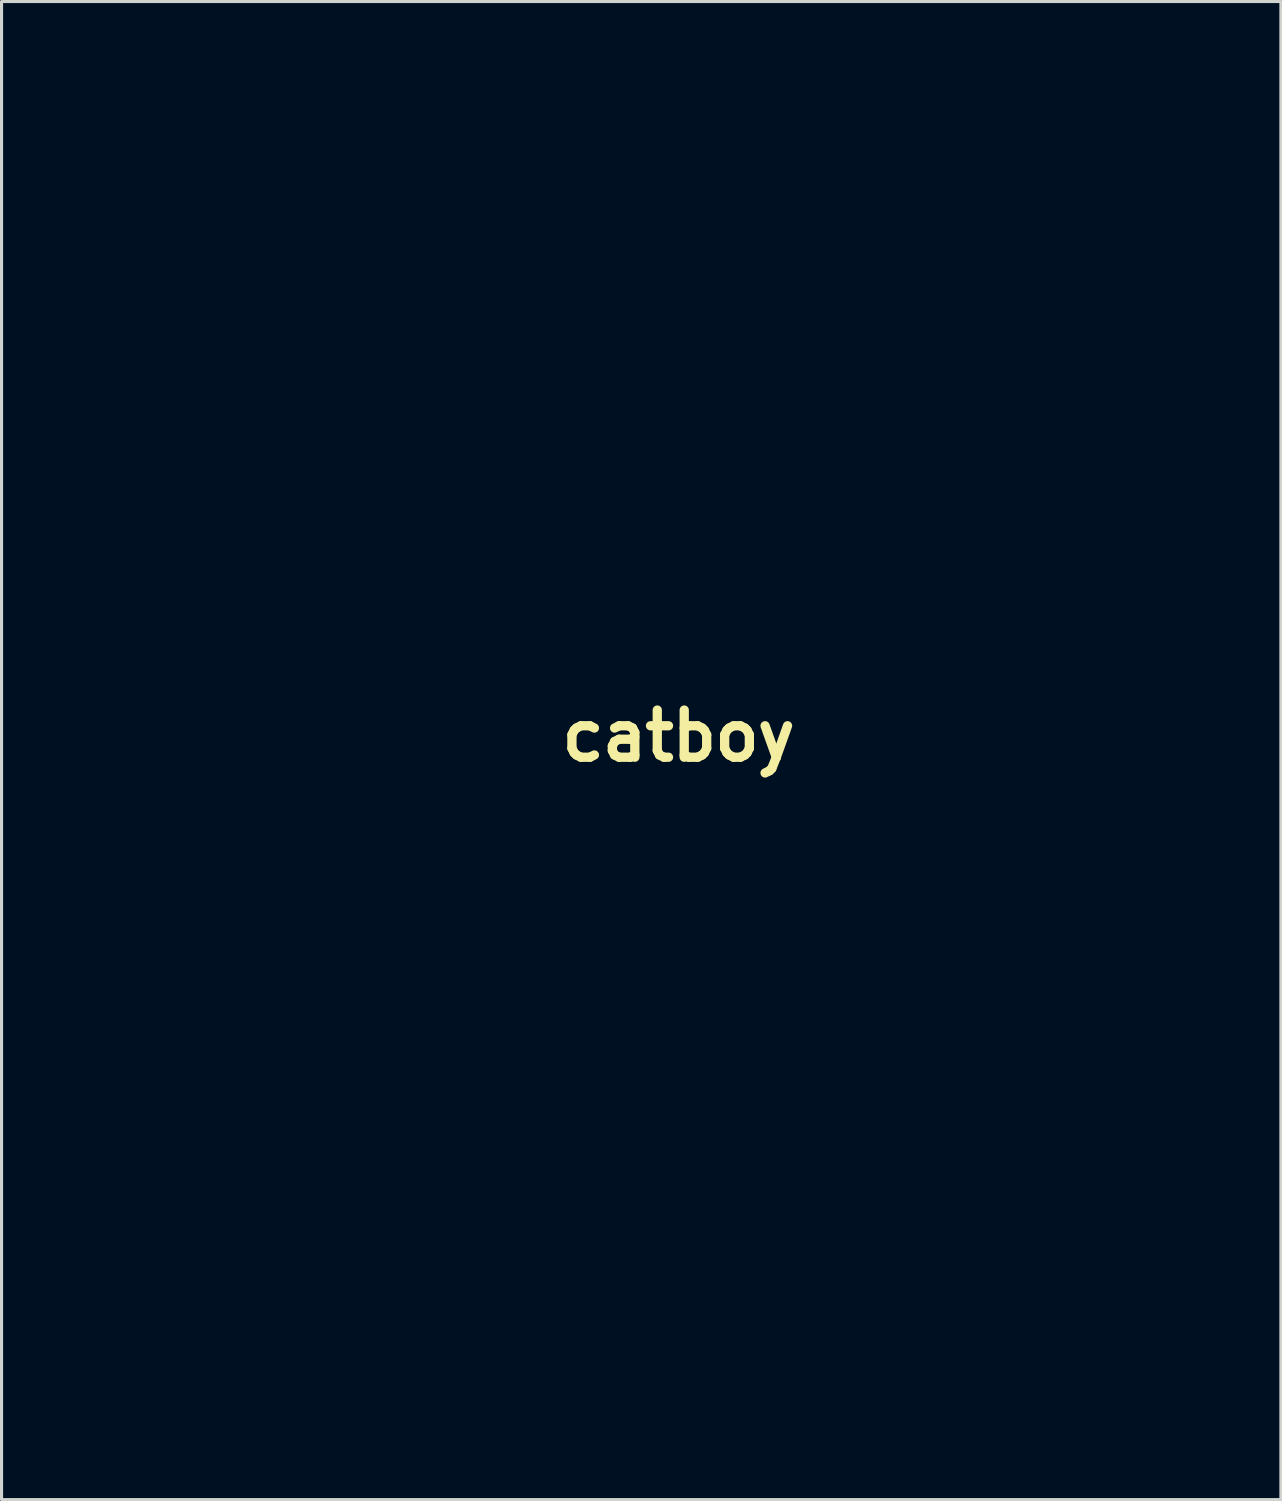
<source format=kicad_pcb>
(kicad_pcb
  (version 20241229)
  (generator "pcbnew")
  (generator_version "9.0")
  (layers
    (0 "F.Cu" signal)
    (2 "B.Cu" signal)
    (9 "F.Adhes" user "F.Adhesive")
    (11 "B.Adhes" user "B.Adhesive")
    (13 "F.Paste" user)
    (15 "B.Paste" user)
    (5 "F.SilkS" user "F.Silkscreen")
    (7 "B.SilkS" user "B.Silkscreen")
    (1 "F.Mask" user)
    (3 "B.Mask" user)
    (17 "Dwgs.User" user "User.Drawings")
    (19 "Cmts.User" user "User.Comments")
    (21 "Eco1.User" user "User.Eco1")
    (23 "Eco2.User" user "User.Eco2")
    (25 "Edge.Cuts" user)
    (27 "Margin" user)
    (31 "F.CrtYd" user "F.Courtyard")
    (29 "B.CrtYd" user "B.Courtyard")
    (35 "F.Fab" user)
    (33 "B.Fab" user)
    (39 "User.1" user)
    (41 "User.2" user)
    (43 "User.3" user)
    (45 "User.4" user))
  (footprint "catboy"
    (layer "F.Cu")
    (at 18.879 20.73)
    (property "Reference" "catboy" (at 0 0 0) (layer "F.SilkS") (effects (font (size 1.524 1.524) (thickness 0.3))))
    (attr through_hole)
    (fp_poly (pts (xy -11.853 -11.303) (xy -11.896 -11.261) (xy -11.938 -11.303) (xy -11.896 -11.345) (xy -11.853 -11.303)) (stroke (width 0.01) (type solid)) (fill yes) (layer "F.Mask"))
    (fp_poly (pts (xy 14.986 -8.34) (xy 14.944 -8.297) (xy 14.901 -8.34) (xy 14.944 -8.382) (xy 14.986 -8.34)) (stroke (width 0.01) (type solid)) (fill yes) (layer "F.Mask"))
    (fp_poly (pts (xy -1.175 19.628) (xy -1.036 19.78) (xy -0.849 20.019) (xy -0.637 20.314) (xy -0.419 20.638) (xy -0.217 20.961) (xy -0.1 21.164) (xy 0.181 21.675) (xy -0.063 21.675) (xy -0.167 21.665) (xy -0.257 21.619) (xy -0.351 21.514) (xy -0.466 21.325) (xy -0.62 21.028) (xy -0.802 20.657) (xy -0.98 20.279) (xy -1.122 19.957) (xy -1.216 19.721) (xy -1.249 19.599) (xy -1.246 19.591) (xy -1.175 19.628)) (stroke (width 0.01) (type solid)) (fill yes) (layer "F.Mask"))
    (fp_poly (pts (xy 4.162 -14.954) (xy 4.501 -14.873) (xy 4.938 -14.716) (xy 5.429 -14.501) (xy 5.935 -14.249) (xy 6.413 -13.981) (xy 6.821 -13.715) (xy 6.993 -13.584) (xy 7.158 -13.439) (xy 7.184 -13.389) (xy 7.076 -13.433) (xy 6.858 -13.559) (xy 6.248 -13.917) (xy 5.649 -14.243) (xy 5.099 -14.517) (xy 4.632 -14.722) (xy 4.445 -14.792) (xy 4.169 -14.891) (xy 4.054 -14.947) (xy 4.096 -14.96) (xy 4.162 -14.954)) (stroke (width 0.01) (type solid)) (fill yes) (layer "F.Mask"))
    (fp_poly (pts (xy -13.893 6.323) (xy -13.792 6.663) (xy -13.684 6.973) (xy -13.595 7.186) (xy -13.594 7.187) (xy -13.459 7.372) (xy -13.246 7.586) (xy -13.001 7.794) (xy -12.767 7.958) (xy -12.59 8.04) (xy -12.561 8.043) (xy -12.456 8.093) (xy -12.446 8.128) (xy -12.47 8.197) (xy -12.563 8.196) (xy -12.753 8.121) (xy -12.931 8.035) (xy -13.348 7.769) (xy -13.654 7.425) (xy -13.863 6.979) (xy -13.989 6.41) (xy -14.015 6.181) (xy -14.06 5.715) (xy -13.893 6.323)) (stroke (width 0.01) (type solid)) (fill yes) (layer "F.Mask"))
    (fp_poly (pts (xy 12.966 19.113) (xy 13.069 19.289) (xy 13.209 19.563) (xy 13.37 19.905) (xy 13.541 20.285) (xy 13.706 20.674) (xy 13.854 21.043) (xy 13.969 21.361) (xy 14.009 21.484) (xy 14.026 21.625) (xy 13.93 21.672) (xy 13.852 21.675) (xy 13.705 21.646) (xy 13.612 21.532) (xy 13.545 21.332) (xy 13.483 21.11) (xy 13.385 20.776) (xy 13.267 20.378) (xy 13.166 20.043) (xy 13.056 19.67) (xy 12.971 19.36) (xy 12.92 19.147) (xy 12.911 19.065) (xy 12.966 19.113)) (stroke (width 0.01) (type solid)) (fill yes) (layer "F.Mask"))
    (fp_poly (pts (xy -13.746 8.026) (xy -13.515 8.114) (xy -13.188 8.27) (xy -12.785 8.474) (xy -12.402 8.672) (xy -12.171 8.802) (xy -12.09 8.862) (xy -12.158 8.853) (xy -12.37 8.773) (xy -12.726 8.623) (xy -12.994 8.505) (xy -13.344 8.352) (xy -13.637 8.228) (xy -13.84 8.15) (xy -13.914 8.128) (xy -14.008 8.186) (xy -14.172 8.336) (xy -14.318 8.488) (xy -14.492 8.663) (xy -14.612 8.753) (xy -14.647 8.745) (xy -14.593 8.632) (xy -14.452 8.447) (xy -14.315 8.293) (xy -14.167 8.141) (xy -14.042 8.044) (xy -13.912 8.004) (xy -13.746 8.026)) (stroke (width 0.01) (type solid)) (fill yes) (layer "F.Mask"))
    (fp_poly (pts (xy 4.837 -6.918) (xy 5.572 -6.763) (xy 6.075 -6.6) (xy 6.792 -6.296) (xy 7.487 -5.924) (xy 8.132 -5.505) (xy 8.695 -5.06) (xy 9.146 -4.61) (xy 9.407 -4.262) (xy 9.53 -4.036) (xy 9.544 -3.933) (xy 9.447 -3.951) (xy 9.238 -4.092) (xy 8.949 -4.326) (xy 8.184 -4.877) (xy 7.287 -5.359) (xy 6.293 -5.753) (xy 5.465 -5.991) (xy 4.756 -6.112) (xy 4.164 -6.115) (xy 3.685 -6) (xy 3.318 -5.768) (xy 3.255 -5.704) (xy 3.005 -5.495) (xy 2.78 -5.426) (xy 2.601 -5.502) (xy 2.543 -5.582) (xy 2.462 -5.851) (xy 2.524 -6.115) (xy 2.713 -6.384) (xy 3.092 -6.689) (xy 3.582 -6.881) (xy 4.168 -6.958) (xy 4.837 -6.918)) (stroke (width 0.01) (type solid)) (fill yes) (layer "F.Mask"))
    (fp_poly (pts (xy 9.928 0.81) (xy 10.071 1.005) (xy 10.12 1.333) (xy 10.031 1.704) (xy 9.82 2.092) (xy 9.507 2.472) (xy 9.107 2.82) (xy 8.638 3.112) (xy 8.564 3.148) (xy 8.231 3.294) (xy 7.935 3.381) (xy 7.603 3.427) (xy 7.281 3.444) (xy 6.816 3.442) (xy 6.426 3.404) (xy 6.223 3.357) (xy 5.755 3.173) (xy 5.317 2.946) (xy 4.968 2.71) (xy 4.889 2.642) (xy 4.703 2.444) (xy 4.657 2.328) (xy 4.754 2.293) (xy 4.998 2.335) (xy 5.271 2.414) (xy 5.598 2.512) (xy 5.842 2.56) (xy 6.075 2.562) (xy 6.371 2.523) (xy 6.529 2.496) (xy 7.192 2.362) (xy 7.718 2.206) (xy 8.14 2.013) (xy 8.491 1.765) (xy 8.803 1.446) (xy 8.974 1.229) (xy 9.167 0.983) (xy 9.337 0.796) (xy 9.446 0.706) (xy 9.447 0.705) (xy 9.696 0.691) (xy 9.928 0.81)) (stroke (width 0.01) (type solid)) (fill yes) (layer "F.Mask"))
    (fp_poly (pts (xy -15.87 -1.166) (xy -15.752 -1.019) (xy -15.646 -0.752) (xy -15.54 -0.35) (xy -15.425 0.203) (xy -15.403 0.312) (xy -15.305 0.812) (xy -15.207 1.308) (xy -15.117 1.751) (xy -15.047 2.092) (xy -15.033 2.159) (xy -14.952 2.568) (xy -14.871 3.033) (xy -14.816 3.387) (xy -14.752 3.781) (xy -14.674 4.186) (xy -14.606 4.487) (xy -14.542 4.776) (xy -14.468 5.17) (xy -14.394 5.606) (xy -14.357 5.847) (xy -14.292 6.277) (xy -14.224 6.701) (xy -14.165 7.054) (xy -14.138 7.201) (xy -14.1 7.635) (xy -14.174 7.954) (xy -14.364 8.174) (xy -14.396 8.195) (xy -14.523 8.247) (xy -14.563 8.224) (xy -14.505 8.113) (xy -14.436 8.043) (xy -14.368 7.958) (xy -14.329 7.824) (xy -14.319 7.619) (xy -14.338 7.322) (xy -14.389 6.912) (xy -14.471 6.366) (xy -14.519 6.07) (xy -14.611 5.505) (xy -14.711 4.888) (xy -14.807 4.289) (xy -14.888 3.778) (xy -14.897 3.725) (xy -15.032 2.9) (xy -15.17 2.109) (xy -15.308 1.367) (xy -15.442 0.692) (xy -15.568 0.101) (xy -15.683 -0.391) (xy -15.784 -0.766) (xy -15.867 -1.008) (xy -15.928 -1.1) (xy -15.931 -1.101) (xy -16.055 -1.065) (xy -16.249 -0.977) (xy -16.268 -0.967) (xy -16.468 -0.883) (xy -16.561 -0.877) (xy -16.528 -0.942) (xy -16.407 -1.032) (xy -16.186 -1.157) (xy -16.011 -1.207) (xy -15.87 -1.166)) (stroke (width 0.01) (type solid)) (fill yes) (layer "F.Mask"))
    (fp_poly (pts (xy 3.867 3.354) (xy 4.035 3.522) (xy 4.122 3.676) (xy 4.127 3.803) (xy 4.049 3.982) (xy 4.019 4.037) (xy 3.828 4.307) (xy 3.538 4.617) (xy 3.198 4.925) (xy 2.857 5.185) (xy 2.582 5.346) (xy 2.37 5.429) (xy 2.16 5.473) (xy 1.916 5.477) (xy 1.598 5.441) (xy 1.168 5.364) (xy 0.974 5.325) (xy 0.472 5.223) (xy 0.113 5.145) (xy -0.129 5.086) (xy -0.279 5.036) (xy -0.359 4.988) (xy -0.396 4.933) (xy -0.41 4.878) (xy -0.388 4.633) (xy -0.352 4.581) (xy 0.122 4.581) (xy 0.16 4.666) (xy 0.336 4.728) (xy 0.654 4.777) (xy 1.023 4.84) (xy 1.405 4.935) (xy 1.566 4.986) (xy 1.979 5.089) (xy 2.329 5.068) (xy 2.576 4.973) (xy 2.719 4.874) (xy 2.925 4.703) (xy 3.164 4.488) (xy 3.405 4.259) (xy 3.617 4.045) (xy 3.769 3.876) (xy 3.831 3.781) (xy 3.829 3.773) (xy 3.688 3.73) (xy 3.415 3.727) (xy 3.042 3.759) (xy 2.599 3.819) (xy 2.119 3.901) (xy 1.631 3.999) (xy 1.167 4.108) (xy 0.76 4.221) (xy 0.439 4.333) (xy 0.235 4.438) (xy 0.206 4.462) (xy 0.122 4.581) (xy -0.352 4.581) (xy -0.224 4.402) (xy 0.09 4.18) (xy 0.56 3.963) (xy 1.193 3.747) (xy 1.27 3.724) (xy 1.7 3.611) (xy 2.193 3.503) (xy 2.695 3.41) (xy 3.155 3.341) (xy 3.522 3.305) (xy 3.618 3.302) (xy 3.867 3.354)) (stroke (width 0.01) (type solid)) (fill yes) (layer "F.Mask"))
    (fp_poly (pts (xy 7.369 6.162) (xy 7.523 6.372) (xy 7.631 6.739) (xy 7.664 6.954) (xy 7.685 7.301) (xy 7.64 7.581) (xy 7.558 7.8) (xy 7.275 8.242) (xy 6.862 8.623) (xy 6.352 8.929) (xy 5.777 9.15) (xy 5.169 9.272) (xy 4.56 9.285) (xy 3.982 9.176) (xy 3.925 9.157) (xy 3.489 9.007) (xy 3.358 9.229) (xy 3.102 9.559) (xy 2.74 9.896) (xy 2.329 10.192) (xy 1.925 10.404) (xy 1.901 10.413) (xy 1.444 10.542) (xy 0.901 10.623) (xy 0.33 10.654) (xy -0.215 10.634) (xy -0.677 10.559) (xy -0.819 10.517) (xy -1.261 10.312) (xy -1.629 10.054) (xy -1.907 9.765) (xy -2.079 9.465) (xy -2.129 9.178) (xy -2.043 8.925) (xy -1.984 8.854) (xy -1.813 8.773) (xy -1.64 8.844) (xy -1.492 9.051) (xy -1.446 9.167) (xy -1.286 9.423) (xy -1.001 9.671) (xy -0.633 9.881) (xy -0.297 10.002) (xy -0.044 10.042) (xy 0.306 10.063) (xy 0.682 10.06) (xy 0.72 10.058) (xy 1.412 9.963) (xy 2.005 9.744) (xy 2.533 9.389) (xy 2.855 9.078) (xy 3.298 8.597) (xy 3.564 8.754) (xy 3.998 8.92) (xy 4.508 8.969) (xy 5.054 8.913) (xy 5.6 8.76) (xy 6.107 8.522) (xy 6.537 8.209) (xy 6.821 7.881) (xy 6.92 7.72) (xy 6.985 7.568) (xy 7.021 7.389) (xy 7.031 7.145) (xy 7.02 6.798) (xy 7.002 6.435) (xy 7.009 6.229) (xy 7.079 6.136) (xy 7.17 6.112) (xy 7.369 6.162)) (stroke (width 0.01) (type solid)) (fill yes) (layer "F.Mask"))
    (fp_poly (pts (xy 11.289 -20.705) (xy 11.536 -20.611) (xy 11.882 -20.456) (xy 12.304 -20.25) (xy 12.777 -20.007) (xy 13.28 -19.739) (xy 13.787 -19.457) (xy 14.277 -19.174) (xy 14.725 -18.902) (xy 14.935 -18.768) (xy 15.858 -18.168) (xy 15.801 -16.429) (xy 15.762 -15.44) (xy 15.712 -14.607) (xy 15.65 -13.918) (xy 15.574 -13.359) (xy 15.481 -12.92) (xy 15.37 -12.586) (xy 15.238 -12.344) (xy 15.095 -12.193) (xy 14.784 -12.044) (xy 14.445 -12.061) (xy 14.17 -12.185) (xy 13.955 -12.381) (xy 13.745 -12.683) (xy 13.681 -12.804) (xy 13.481 -13.325) (xy 13.398 -13.808) (xy 13.431 -14.233) (xy 13.577 -14.576) (xy 13.833 -14.817) (xy 13.931 -14.866) (xy 14.214 -14.946) (xy 14.461 -14.912) (xy 14.727 -14.75) (xy 14.809 -14.683) (xy 15.055 -14.476) (xy 15.108 -15.303) (xy 15.134 -15.707) (xy 15.158 -16.091) (xy 15.175 -16.394) (xy 15.18 -16.488) (xy 15.198 -16.847) (xy 13.336 -18.115) (xy 12.84 -18.449) (xy 12.39 -18.746) (xy 12.004 -18.993) (xy 11.702 -19.18) (xy 11.501 -19.293) (xy 11.422 -19.322) (xy 11.391 -19.221) (xy 11.34 -18.984) (xy 11.277 -18.643) (xy 11.207 -18.231) (xy 11.182 -18.076) (xy 11.04 -17.224) (xy 10.905 -16.527) (xy 10.773 -15.971) (xy 10.637 -15.542) (xy 10.492 -15.227) (xy 10.332 -15.011) (xy 10.151 -14.881) (xy 9.944 -14.823) (xy 9.831 -14.817) (xy 9.515 -14.865) (xy 9.252 -15.024) (xy 9.01 -15.32) (xy 8.924 -15.458) (xy 8.711 -15.916) (xy 8.608 -16.354) (xy 8.611 -16.747) (xy 8.714 -17.074) (xy 8.912 -17.309) (xy 9.201 -17.43) (xy 9.338 -17.441) (xy 9.682 -17.379) (xy 9.993 -17.178) (xy 10.17 -16.995) (xy 10.391 -16.735) (xy 10.45 -17.321) (xy 10.487 -17.611) (xy 10.549 -18.022) (xy 10.63 -18.509) (xy 10.721 -19.027) (xy 10.769 -19.29) (xy 10.878 -19.846) (xy 10.969 -20.251) (xy 11.046 -20.521) (xy 11.113 -20.675) (xy 11.165 -20.725) (xy 11.289 -20.705)) (stroke (width 0.01) (type solid)) (fill yes) (layer "F.Mask"))
    (fp_poly (pts (xy -16.205 -19) (xy -15.775 -18.836) (xy -15.372 -18.551) (xy -15.198 -18.373) (xy -14.852 -18.045) (xy -14.484 -17.813) (xy -14.134 -17.702) (xy -14.042 -17.695) (xy -13.827 -17.717) (xy -13.644 -17.804) (xy -13.434 -17.986) (xy -13.366 -18.055) (xy -13.151 -18.287) (xy -12.969 -18.501) (xy -12.891 -18.605) (xy -12.775 -18.747) (xy -12.697 -18.796) (xy -12.615 -18.719) (xy -12.576 -18.51) (xy -12.579 -18.202) (xy -12.627 -17.827) (xy -12.651 -17.699) (xy -12.838 -17.064) (xy -13.121 -16.534) (xy -13.526 -16.062) (xy -13.527 -16.06) (xy -13.725 -15.882) (xy -13.895 -15.783) (xy -14.103 -15.739) (xy -14.402 -15.723) (xy -14.684 -15.724) (xy -14.911 -15.755) (xy -15.141 -15.833) (xy -15.432 -15.974) (xy -15.606 -16.067) (xy -15.914 -16.227) (xy -16.17 -16.35) (xy -16.336 -16.416) (xy -16.368 -16.422) (xy -16.496 -16.369) (xy -16.674 -16.245) (xy -16.69 -16.232) (xy -16.913 -16.044) (xy -16.499 -14.605) (xy -16.357 -14.103) (xy -16.227 -13.625) (xy -16.118 -13.209) (xy -16.041 -12.891) (xy -16.009 -12.742) (xy -15.944 -12.397) (xy -15.865 -12.012) (xy -15.831 -11.853) (xy -15.777 -11.562) (xy -15.779 -11.349) (xy -15.843 -11.131) (xy -15.902 -10.991) (xy -16.049 -10.727) (xy -16.222 -10.512) (xy -16.298 -10.449) (xy -16.581 -10.335) (xy -16.953 -10.279) (xy -17.342 -10.287) (xy -17.598 -10.337) (xy -17.875 -10.48) (xy -18.18 -10.728) (xy -18.467 -11.032) (xy -18.689 -11.344) (xy -18.788 -11.567) (xy -18.874 -12.119) (xy -18.821 -12.62) (xy -18.635 -13.05) (xy -18.324 -13.387) (xy -18.114 -13.519) (xy -17.702 -13.672) (xy -17.316 -13.708) (xy -17.01 -13.627) (xy -16.896 -13.581) (xy -16.872 -13.643) (xy -16.896 -13.775) (xy -16.933 -13.93) (xy -17.005 -14.218) (xy -17.104 -14.606) (xy -17.221 -15.063) (xy -17.347 -15.558) (xy -17.476 -16.058) (xy -17.599 -16.532) (xy -17.708 -16.949) (xy -17.794 -17.276) (xy -17.85 -17.483) (xy -17.853 -17.494) (xy -17.86 -17.804) (xy -17.743 -18.151) (xy -17.526 -18.491) (xy -17.236 -18.781) (xy -17.012 -18.926) (xy -16.629 -19.034) (xy -16.205 -19)) (stroke (width 0.01) (type solid)) (fill yes) (layer "F.Mask"))
    (fp_poly (pts (xy 2.98 -15.926) (xy 3.955 -15.845) (xy 4.403 -15.785) (xy 5.08 -15.665) (xy 5.629 -15.527) (xy 6.094 -15.352) (xy 6.517 -15.12) (xy 6.939 -14.811) (xy 7.403 -14.406) (xy 7.429 -14.383) (xy 7.932 -13.917) (xy 8.329 -13.55) (xy 8.64 -13.268) (xy 8.885 -13.058) (xy 9.083 -12.906) (xy 9.255 -12.799) (xy 9.421 -12.723) (xy 9.6 -12.664) (xy 9.813 -12.608) (xy 10.079 -12.543) (xy 10.155 -12.524) (xy 10.674 -12.388) (xy 11.056 -12.28) (xy 11.327 -12.189) (xy 11.514 -12.105) (xy 11.644 -12.017) (xy 11.726 -11.938) (xy 11.785 -11.863) (xy 11.777 -11.821) (xy 11.675 -11.804) (xy 11.453 -11.809) (xy 11.161 -11.825) (xy 10.768 -11.854) (xy 10.384 -11.891) (xy 10.082 -11.929) (xy 10.052 -11.934) (xy 9.764 -11.962) (xy 9.617 -11.931) (xy 9.618 -11.845) (xy 9.689 -11.773) (xy 9.797 -11.655) (xy 9.97 -11.437) (xy 10.18 -11.155) (xy 10.401 -10.85) (xy 10.605 -10.557) (xy 10.765 -10.316) (xy 10.852 -10.165) (xy 10.857 -10.153) (xy 10.958 -10.071) (xy 11.207 -9.949) (xy 11.591 -9.794) (xy 12.094 -9.612) (xy 12.205 -9.573) (xy 12.703 -9.397) (xy 13.197 -9.211) (xy 13.641 -9.034) (xy 13.989 -8.883) (xy 14.097 -8.832) (xy 14.435 -8.656) (xy 14.673 -8.517) (xy 14.797 -8.426) (xy 14.796 -8.392) (xy 14.681 -8.416) (xy 14.515 -8.458) (xy 14.237 -8.518) (xy 13.903 -8.585) (xy 13.842 -8.597) (xy 13.429 -8.66) (xy 13.123 -8.677) (xy 12.942 -8.646) (xy 12.903 -8.569) (xy 12.912 -8.551) (xy 12.859 -8.541) (xy 12.68 -8.576) (xy 12.409 -8.649) (xy 12.302 -8.681) (xy 11.994 -8.77) (xy 11.753 -8.828) (xy 11.621 -8.846) (xy 11.608 -8.842) (xy 11.638 -8.764) (xy 11.757 -8.607) (xy 11.865 -8.486) (xy 12.106 -8.216) (xy 12.357 -7.914) (xy 12.438 -7.811) (xy 12.725 -7.52) (xy 13.143 -7.236) (xy 13.386 -7.102) (xy 13.989 -6.728) (xy 14.463 -6.285) (xy 14.847 -5.735) (xy 14.987 -5.469) (xy 15.098 -5.216) (xy 15.187 -4.943) (xy 15.263 -4.611) (xy 15.336 -4.181) (xy 15.404 -3.683) (xy 15.54 -2.599) (xy 15.646 -1.649) (xy 15.725 -0.801) (xy 15.779 -0.024) (xy 15.811 0.716) (xy 15.822 1.449) (xy 15.817 2.117) (xy 15.788 3.852) (xy 15.308 4.614) (xy 15.096 4.954) (xy 14.962 5.19) (xy 14.891 5.361) (xy 14.871 5.508) (xy 14.888 5.669) (xy 14.913 5.8) (xy 14.95 6.135) (xy 14.958 6.587) (xy 14.94 7.108) (xy 14.898 7.646) (xy 14.835 8.154) (xy 14.777 8.475) (xy 14.702 8.781) (xy 14.601 9.128) (xy 14.485 9.485) (xy 14.365 9.822) (xy 14.252 10.108) (xy 14.158 10.314) (xy 14.094 10.408) (xy 14.073 10.393) (xy 13.985 10.28) (xy 13.768 10.245) (xy 13.766 10.245) (xy 13.563 10.219) (xy 13.242 10.149) (xy 12.846 10.048) (xy 12.417 9.928) (xy 11.997 9.8) (xy 11.628 9.676) (xy 11.352 9.569) (xy 11.281 9.535) (xy 11.014 9.397) (xy 10.634 9.804) (xy 10.403 10.057) (xy 10.192 10.297) (xy 10.074 10.439) (xy 9.927 10.594) (xy 9.809 10.667) (xy 9.8 10.668) (xy 9.703 10.723) (xy 9.516 10.872) (xy 9.271 11.088) (xy 9.108 11.241) (xy 8.806 11.526) (xy 8.51 11.8) (xy 8.267 12.019) (xy 8.191 12.085) (xy 8.051 12.211) (xy 7.956 12.328) (xy 7.901 12.47) (xy 7.881 12.665) (xy 7.894 12.947) (xy 7.933 13.346) (xy 7.97 13.674) (xy 8.068 14.52) (xy 8.712 13.883) (xy 9.125 13.506) (xy 9.52 13.203) (xy 9.829 13.019) (xy 10.347 12.805) (xy 10.912 12.628) (xy 11.464 12.504) (xy 11.942 12.447) (xy 12.021 12.446) (xy 12.265 12.457) (xy 12.574 12.489) (xy 12.912 12.534) (xy 13.247 12.587) (xy 13.545 12.643) (xy 13.771 12.695) (xy 13.891 12.738) (xy 13.885 12.763) (xy 13.722 12.822) (xy 13.502 12.915) (xy 13.492 12.919) (xy 13.262 13.003) (xy 13.073 13.04) (xy 13.068 13.04) (xy 13.055 13.073) (xy 13.169 13.16) (xy 13.387 13.282) (xy 13.388 13.282) (xy 14.112 13.7) (xy 14.688 14.147) (xy 14.939 14.399) (xy 15.172 14.711) (xy 15.415 15.125) (xy 15.637 15.579) (xy 15.807 16.009) (xy 15.876 16.256) (xy 15.954 16.534) (xy 16.055 16.781) (xy 16.148 16.982) (xy 16.155 17.076) (xy 16.072 17.102) (xy 16.035 17.103) (xy 15.94 17.151) (xy 15.954 17.246) (xy 16.108 17.746) (xy 16.242 18.365) (xy 16.349 19.057) (xy 16.423 19.771) (xy 16.457 20.459) (xy 16.447 21.074) (xy 16.445 21.103) (xy 16.421 21.406) (xy 16.389 21.576) (xy 16.331 21.653) (xy 16.227 21.674) (xy 16.161 21.675) (xy 15.986 21.668) (xy 15.913 21.654) (xy 15.907 21.566) (xy 15.896 21.337) (xy 15.878 20.993) (xy 15.857 20.562) (xy 15.835 20.108) (xy 15.787 19.304) (xy 15.72 18.633) (xy 15.629 18.058) (xy 15.506 17.542) (xy 15.345 17.05) (xy 15.187 16.654) (xy 15.014 16.232) (xy 14.919 15.951) (xy 14.906 15.799) (xy 14.974 15.766) (xy 15.126 15.842) (xy 15.296 15.964) (xy 15.467 16.08) (xy 15.568 16.119) (xy 15.579 16.107) (xy 15.527 16.017) (xy 15.387 15.827) (xy 15.181 15.566) (xy 14.955 15.293) (xy 14.212 14.513) (xy 13.42 13.885) (xy 12.648 13.437) (xy 12.363 13.283) (xy 12.166 13.147) (xy 12.089 13.051) (xy 12.09 13.043) (xy 12.062 12.985) (xy 11.934 12.975) (xy 11.691 13.015) (xy 11.317 13.106) (xy 10.834 13.241) (xy 10.142 13.496) (xy 9.522 13.846) (xy 8.928 14.321) (xy 8.681 14.56) (xy 8.128 15.117) (xy 8.197 16.283) (xy 8.226 16.752) (xy 8.254 17.083) (xy 8.288 17.308) (xy 8.333 17.46) (xy 8.397 17.569) (xy 8.485 17.668) (xy 8.488 17.671) (xy 8.71 17.893) (xy 9.012 17.663) (xy 9.19 17.54) (xy 9.298 17.491) (xy 9.312 17.501) (xy 9.25 17.623) (xy 9.097 17.804) (xy 8.897 18.002) (xy 8.694 18.173) (xy 8.533 18.275) (xy 8.486 18.288) (xy 8.289 18.216) (xy 8.091 18.035) (xy 7.937 17.801) (xy 7.873 17.567) (xy 7.873 17.564) (xy 7.85 17.339) (xy 7.792 17.037) (xy 7.745 16.849) (xy 7.699 16.609) (xy 7.65 16.239) (xy 7.602 15.777) (xy 7.559 15.263) (xy 7.533 14.859) (xy 7.503 14.359) (xy 7.473 13.912) (xy 7.443 13.546) (xy 7.418 13.293) (xy 7.401 13.187) (xy 7.315 13.06) (xy 7.171 13.072) (xy 6.958 13.226) (xy 6.849 13.33) (xy 6.487 13.616) (xy 6.014 13.883) (xy 5.487 14.102) (xy 5.038 14.228) (xy 4.752 14.297) (xy 4.53 14.365) (xy 4.435 14.408) (xy 4.276 14.468) (xy 3.979 14.524) (xy 3.575 14.573) (xy 3.098 14.611) (xy 2.577 14.636) (xy 2.116 14.645) (xy 1.243 14.618) (xy 0.242 14.535) (xy -0.857 14.399) (xy -1.947 14.226) (xy -2.34 14.158) (xy -2.676 14.104) (xy -2.916 14.067) (xy -3.021 14.055) (xy -3.055 14.125) (xy -2.997 14.333) (xy -2.937 14.481) (xy -2.845 14.677) (xy -2.745 14.824) (xy -2.605 14.952) (xy -2.389 15.089) (xy -2.065 15.264) (xy -1.943 15.328) (xy -1.52 15.567) (xy -1.076 15.85) (xy -0.682 16.132) (xy -0.542 16.245) (xy -0.056 16.627) (xy 0.434 16.95) (xy 0.981 17.246) (xy 1.639 17.546) (xy 1.666 17.558) (xy 2.083 17.748) (xy 2.554 17.983) (xy 2.985 18.215) (xy 3.046 18.25) (xy 3.349 18.417) (xy 3.595 18.538) (xy 3.75 18.597) (xy 3.784 18.597) (xy 3.88 18.603) (xy 4.046 18.688) (xy 4.054 18.693) (xy 4.284 18.832) (xy 4.55 18.978) (xy 4.58 18.993) (xy 4.761 19.115) (xy 5.021 19.33) (xy 5.323 19.605) (xy 5.596 19.874) (xy 6.308 20.6) (xy 5.884 20.361) (xy 5.441 20.102) (xy 5.085 19.867) (xy 4.752 19.611) (xy 4.473 19.375) (xy 4.116 19.105) (xy 3.711 18.89) (xy 3.295 18.728) (xy 2.811 18.551) (xy 2.298 18.348) (xy 1.799 18.137) (xy 1.355 17.936) (xy 1.008 17.762) (xy 0.879 17.688) (xy 0.646 17.559) (xy 0.535 17.534) (xy 0.55 17.611) (xy 0.561 17.752) (xy 0.545 17.788) (xy 0.456 17.787) (xy 0.278 17.666) (xy 0.096 17.503) (xy -0.782 16.749) (xy -1.696 16.14) (xy -2.636 15.679) (xy -3.589 15.373) (xy -4.544 15.224) (xy -5.489 15.239) (xy -5.529 15.243) (xy -6.24 15.375) (xy -6.874 15.613) (xy -7.498 15.983) (xy -7.527 16.003) (xy -7.817 16.213) (xy -7.99 16.35) (xy -8.039 16.409) (xy -7.958 16.383) (xy -7.867 16.337) (xy -7.714 16.275) (xy -7.66 16.31) (xy -7.707 16.452) (xy -7.856 16.71) (xy -7.993 16.921) (xy -8.402 17.595) (xy -8.692 18.227) (xy -8.882 18.871) (xy -8.99 19.584) (xy -9.019 19.981) (xy -9.062 20.786) (xy -8.901 20.447) (xy -8.806 20.271) (xy -8.737 20.211) (xy -8.688 20.279) (xy -8.651 20.488) (xy -8.622 20.849) (xy -8.613 21.018) (xy -8.577 21.675) (xy -8.887 21.675) (xy -9.067 21.665) (xy -9.177 21.611) (xy -9.256 21.472) (xy -9.34 21.223) (xy -9.449 20.674) (xy -9.475 20.033) (xy -9.422 19.35) (xy -9.296 18.676) (xy -9.103 18.063) (xy -8.98 17.79) (xy -8.853 17.511) (xy -8.809 17.342) (xy -8.852 17.297) (xy -8.89 17.314) (xy -8.966 17.324) (xy -8.953 17.224) (xy -8.863 17.058) (xy -8.767 16.88) (xy -8.653 16.62) (xy -8.603 16.491) (xy -8.33 15.986) (xy -7.919 15.532) (xy -7.399 15.146) (xy -6.798 14.845) (xy -6.143 14.645) (xy -5.465 14.564) (xy -5.383 14.563) (xy -5.188 14.557) (xy -5.078 14.532) (xy -5.065 14.48) (xy -5.158 14.39) (xy -5.368 14.254) (xy -5.706 14.062) (xy -6.182 13.805) (xy -6.308 13.737) (xy -6.802 13.464) (xy -5.826 13.464) (xy -5.78 13.501) (xy -5.61 13.603) (xy -5.343 13.753) (xy -5.007 13.935) (xy -4.995 13.941) (xy -4.614 14.146) (xy -4.258 14.336) (xy -3.972 14.49) (xy -3.813 14.575) (xy -3.536 14.704) (xy -3.377 14.724) (xy -3.323 14.634) (xy -3.341 14.499) (xy -3.466 14.172) (xy -3.641 13.958) (xy -3.833 13.885) (xy -3.992 13.866) (xy -4.271 13.813) (xy -4.626 13.737) (xy -4.895 13.674) (xy -5.259 13.587) (xy -5.56 13.518) (xy -5.762 13.474) (xy -5.826 13.464) (xy -6.802 13.464) (xy -6.882 13.42) (xy -6.011 13.42) (xy -5.969 13.462) (xy -5.927 13.42) (xy -5.969 13.377) (xy -6.011 13.42) (xy -6.882 13.42) (xy -7.071 13.315) (xy -7.848 12.858) (xy -8.579 12.401) (xy -9.177 12.002) (xy -9.336 11.906) (xy -9.488 11.873) (xy -9.698 11.896) (xy -9.874 11.933) (xy -10.154 12.02) (xy -10.438 12.165) (xy -10.77 12.395) (xy -10.984 12.563) (xy -11.414 12.897) (xy -11.88 13.239) (xy -12.343 13.562) (xy -12.765 13.839) (xy -13.107 14.044) (xy -13.181 14.084) (xy -13.428 14.175) (xy -13.608 14.141) (xy -13.751 13.966) (xy -13.854 13.73) (xy -13.913 13.589) (xy -13.547 13.589) (xy -13.504 13.631) (xy -13.462 13.589) (xy -13.504 13.547) (xy -13.547 13.589) (xy -13.913 13.589) (xy -13.973 13.446) (xy -14.029 13.335) (xy -13.631 13.335) (xy -13.589 13.377) (xy -13.547 13.335) (xy -13.589 13.293) (xy -13.631 13.335) (xy -14.029 13.335) (xy -14.1 13.196) (xy -14.145 13.123) (xy -14.169 13.081) (xy -13.716 13.081) (xy -13.674 13.123) (xy -13.631 13.081) (xy -13.674 13.039) (xy -13.716 13.081) (xy -14.169 13.081) (xy -14.289 12.869) (xy -13.801 12.869) (xy -13.77 12.939) (xy -13.744 12.926) (xy -13.734 12.825) (xy -13.744 12.813) (xy -13.795 12.825) (xy -13.801 12.869) (xy -14.289 12.869) (xy -14.304 12.841) (xy -14.389 12.658) (xy -13.885 12.658) (xy -13.843 12.7) (xy -13.801 12.658) (xy -13.843 12.615) (xy -13.885 12.658) (xy -14.389 12.658) (xy -14.487 12.446) (xy -13.97 12.446) (xy -13.939 12.516) (xy -13.914 12.502) (xy -13.903 12.402) (xy -13.914 12.39) (xy -13.964 12.401) (xy -13.97 12.446) (xy -14.487 12.446) (xy -14.492 12.435) (xy -14.692 11.945) (xy -14.89 11.409) (xy -15.071 10.868) (xy -15.222 10.362) (xy -15.327 9.931) (xy -15.332 9.906) (xy -15.343 9.864) (xy -15.066 9.864) (xy -14.998 9.953) (xy -14.942 10.057) (xy -14.836 10.288) (xy -14.695 10.615) (xy -14.532 11.007) (xy -14.473 11.152) (xy -14.311 11.549) (xy -14.171 11.881) (xy -14.066 12.12) (xy -14.007 12.24) (xy -13.999 12.249) (xy -14.008 12.163) (xy -14.057 11.966) (xy -14.103 11.807) (xy -14.178 11.493) (xy -14.244 11.104) (xy -14.28 10.795) (xy -14.306 10.533) (xy -13.97 10.533) (xy -13.951 10.72) (xy -13.894 11.064) (xy -13.801 11.555) (xy -13.673 12.184) (xy -13.514 12.942) (xy -13.498 13.018) (xy -13.426 13.313) (xy -13.359 13.531) (xy -13.309 13.629) (xy -13.304 13.631) (xy -13.21 13.585) (xy -13.019 13.463) (xy -12.77 13.29) (xy -12.738 13.266) (xy -12.395 13.028) (xy -11.995 12.767) (xy -11.657 12.557) (xy -11.08 12.213) (xy -11.633 12.154) (xy -12.004 12.094) (xy -12.281 11.988) (xy -12.505 11.806) (xy -12.715 11.518) (xy -12.9 11.187) (xy -13.069 10.882) (xy -13.17 10.74) (xy -12.785 10.74) (xy -12.732 10.828) (xy -12.592 11) (xy -12.406 11.212) (xy -12.026 11.625) (xy -11.284 11.576) (xy -10.897 11.539) (xy -10.532 11.486) (xy -10.253 11.427) (xy -10.202 11.412) (xy -9.983 11.319) (xy -9.892 11.216) (xy -9.885 11.104) (xy -9.866 10.877) (xy -9.823 10.756) (xy -9.789 10.617) (xy -9.878 10.547) (xy -9.937 10.505) (xy -9.973 10.414) (xy -9.988 10.244) (xy -9.986 9.967) (xy -9.969 9.552) (xy -9.967 9.515) (xy -9.919 8.535) (xy -10.376 7.972) (xy -10.64 7.62) (xy -10.928 7.197) (xy -11.183 6.785) (xy -11.226 6.71) (xy -11.444 6.33) (xy -11.588 6.099) (xy -11.658 6.013) (xy -11.659 6.068) (xy -11.644 6.117) (xy -11.561 6.402) (xy -11.464 6.783) (xy -11.364 7.219) (xy -11.268 7.669) (xy -11.185 8.091) (xy -11.124 8.445) (xy -11.093 8.688) (xy -11.091 8.734) (xy -11.167 9.163) (xy -11.372 9.602) (xy -11.677 10.011) (xy -12.049 10.348) (xy -12.457 10.572) (xy -12.501 10.587) (xy -12.689 10.664) (xy -12.782 10.732) (xy -12.785 10.74) (xy -13.17 10.74) (xy -13.205 10.69) (xy -13.348 10.572) (xy -13.536 10.488) (xy -13.59 10.469) (xy -13.819 10.395) (xy -13.93 10.383) (xy -13.967 10.44) (xy -13.97 10.533) (xy -14.306 10.533) (xy -14.31 10.483) (xy -14.353 10.289) (xy -14.434 10.161) (xy -14.58 10.049) (xy -14.701 9.973) (xy -14.93 9.846) (xy -15.057 9.809) (xy -15.066 9.864) (xy -15.343 9.864) (xy -15.449 9.478) (xy -15.634 9.122) (xy -15.771 8.936) (xy -16.111 8.44) (xy -16.43 7.856) (xy -16.689 7.262) (xy -16.797 6.938) (xy -16.903 6.53) (xy -17.026 5.999) (xy -17.156 5.39) (xy -17.285 4.746) (xy -17.404 4.111) (xy -17.504 3.531) (xy -17.564 3.136) (xy -17.657 2.228) (xy -17.682 1.389) (xy -17.33 1.389) (xy -17.29 2.13) (xy -17.278 2.281) (xy -17.223 2.763) (xy -17.138 3.344) (xy -17.031 3.989) (xy -16.906 4.665) (xy -16.772 5.338) (xy -16.635 5.974) (xy -16.501 6.538) (xy -16.377 6.998) (xy -16.286 7.281) (xy -15.968 7.963) (xy -15.553 8.592) (xy -15.071 9.131) (xy -14.55 9.544) (xy -14.465 9.596) (xy -14.214 9.719) (xy -13.883 9.849) (xy -13.514 9.974) (xy -13.15 10.08) (xy -12.833 10.156) (xy -12.606 10.187) (xy -12.533 10.18) (xy -12.399 10.099) (xy -12.203 9.94) (xy -12.087 9.835) (xy -11.795 9.504) (xy -11.621 9.157) (xy -11.552 8.751) (xy -11.578 8.246) (xy -11.596 8.11) (xy -11.7 7.438) (xy -11.832 6.675) (xy -11.981 5.871) (xy -12.136 5.079) (xy -12.29 4.348) (xy -12.431 3.731) (xy -12.44 3.695) (xy -12.623 2.854) (xy -12.76 2.031) (xy -12.844 1.274) (xy -12.869 0.711) (xy -12.881 0.577) (xy -12.219 0.577) (xy -12.109 2.023) (xy -11.87 3.391) (xy -11.504 4.663) (xy -11.442 4.837) (xy -11.266 5.298) (xy -11.097 5.71) (xy -10.922 6.09) (xy -10.729 6.455) (xy -10.507 6.823) (xy -10.244 7.211) (xy -9.928 7.635) (xy -9.547 8.114) (xy -9.089 8.665) (xy -8.543 9.305) (xy -7.897 10.051) (xy -7.811 10.149) (xy -7.517 10.503) (xy -7.346 10.754) (xy -7.293 10.914) (xy -7.352 10.994) (xy -7.445 11.007) (xy -7.577 10.943) (xy -7.79 10.764) (xy -8.065 10.489) (xy -8.228 10.311) (xy -8.516 9.992) (xy -8.796 9.69) (xy -9.03 9.446) (xy -9.14 9.336) (xy -9.32 9.175) (xy -9.423 9.121) (xy -9.49 9.162) (xy -9.518 9.207) (xy -9.576 9.375) (xy -9.63 9.638) (xy -9.653 9.8) (xy -9.703 10.245) (xy -9.339 10.245) (xy -9.106 10.257) (xy -8.999 10.308) (xy -8.975 10.408) (xy -9.037 10.569) (xy -9.19 10.74) (xy -9.204 10.752) (xy -9.339 10.891) (xy -9.332 10.996) (xy -9.174 11.078) (xy -8.869 11.145) (xy -8.634 11.201) (xy -8.556 11.255) (xy -8.624 11.293) (xy -8.826 11.3) (xy -8.986 11.286) (xy -9.26 11.271) (xy -9.379 11.31) (xy -9.341 11.404) (xy -9.146 11.554) (xy -8.794 11.762) (xy -8.672 11.828) (xy -8.013 12.137) (xy -7.209 12.444) (xy -6.283 12.742) (xy -5.259 13.028) (xy -4.16 13.294) (xy -3.011 13.537) (xy -1.836 13.749) (xy -0.657 13.926) (xy 0.501 14.062) (xy 1.27 14.129) (xy 1.846 14.169) (xy 2.294 14.194) (xy 2.653 14.2) (xy 2.963 14.188) (xy 3.264 14.155) (xy 3.597 14.099) (xy 3.999 14.02) (xy 4.541 13.899) (xy 4.983 13.773) (xy 5.37 13.618) (xy 5.75 13.414) (xy 6.166 13.139) (xy 6.643 12.79) (xy 7.132 12.393) (xy 7.704 11.882) (xy 8.339 11.277) (xy 9.017 10.598) (xy 9.719 9.867) (xy 10.387 9.144) (xy 11.246 9.144) (xy 11.521 9.144) (xy 11.713 9.17) (xy 12.02 9.239) (xy 12.394 9.341) (xy 12.692 9.432) (xy 13.072 9.553) (xy 13.406 9.657) (xy 13.652 9.731) (xy 13.758 9.761) (xy 13.906 9.798) (xy 13.95 9.812) (xy 13.954 9.749) (xy 13.936 9.631) (xy 13.911 9.469) (xy 13.874 9.184) (xy 13.831 8.821) (xy 13.801 8.551) (xy 13.747 8.059) (xy 13.706 7.717) (xy 13.664 7.508) (xy 13.61 7.416) (xy 13.533 7.423) (xy 13.421 7.513) (xy 13.262 7.668) (xy 13.222 7.707) (xy 12.727 8.083) (xy 12.122 8.355) (xy 11.888 8.426) (xy 11.786 8.502) (xy 11.626 8.671) (xy 11.521 8.798) (xy 11.246 9.144) (xy 10.387 9.144) (xy 10.425 9.103) (xy 11.115 8.328) (xy 11.34 8.065) (xy 12.074 8.065) (xy 12.342 7.926) (xy 12.56 7.782) (xy 12.812 7.57) (xy 12.935 7.45) (xy 13.083 7.26) (xy 13.243 6.997) (xy 13.395 6.704) (xy 13.482 6.508) (xy 13.855 6.508) (xy 13.874 6.795) (xy 13.914 7.149) (xy 13.937 7.311) (xy 13.993 7.747) (xy 14.036 8.207) (xy 14.059 8.605) (xy 14.06 8.678) (xy 14.067 9.271) (xy 14.234 8.805) (xy 14.324 8.504) (xy 14.418 8.105) (xy 14.5 7.68) (xy 14.524 7.535) (xy 14.58 7.108) (xy 14.623 6.672) (xy 14.645 6.302) (xy 14.647 6.205) (xy 14.647 5.679) (xy 14.274 5.909) (xy 14.019 6.102) (xy 13.875 6.291) (xy 13.86 6.337) (xy 13.855 6.508) (xy 13.482 6.508) (xy 13.52 6.422) (xy 13.599 6.191) (xy 13.611 6.053) (xy 13.603 6.04) (xy 13.545 6.091) (xy 13.409 6.25) (xy 13.218 6.488) (xy 12.994 6.775) (xy 12.76 7.083) (xy 12.537 7.383) (xy 12.349 7.645) (xy 12.23 7.821) (xy 12.074 8.065) (xy 11.34 8.065) (xy 11.771 7.561) (xy 12.371 6.824) (xy 12.507 6.651) (xy 12.677 6.424) (xy 12.751 6.288) (xy 12.743 6.204) (xy 12.676 6.141) (xy 12.536 5.955) (xy 12.546 5.73) (xy 12.697 5.496) (xy 12.866 5.354) (xy 13.062 5.211) (xy 13.184 5.107) (xy 13.204 5.08) (xy 13.141 5.012) (xy 12.981 4.893) (xy 12.905 4.843) (xy 12.707 4.688) (xy 12.631 4.54) (xy 12.631 4.42) (xy 12.67 4.267) (xy 12.775 4.203) (xy 12.968 4.191) (xy 13.278 4.191) (xy 12.89 3.641) (xy 12.643 3.301) (xy 12.374 2.948) (xy 12.149 2.667) (xy 11.682 2.094) (xy 11.319 1.612) (xy 11.043 1.196) (xy 10.838 0.818) (xy 10.687 0.452) (xy 10.59 0.134) (xy 10.394 -0.61) (xy 10.129 -0.554) (xy 9.916 -0.522) (xy 9.563 -0.482) (xy 9.102 -0.437) (xy 8.562 -0.39) (xy 7.973 -0.341) (xy 7.365 -0.295) (xy 6.768 -0.253) (xy 6.212 -0.217) (xy 5.727 -0.191) (xy 5.343 -0.175) (xy 5.165 -0.172) (xy 3.838 -0.218) (xy 2.422 -0.353) (xy 0.965 -0.57) (xy 0.079 -0.748) (xy 11.012 -0.748) (xy 11.056 -0.353) (xy 11.102 0.026) (xy 11.156 0.309) (xy 11.237 0.539) (xy 11.368 0.763) (xy 11.568 1.024) (xy 11.859 1.367) (xy 11.861 1.369) (xy 12.183 1.756) (xy 12.514 2.177) (xy 12.811 2.573) (xy 12.977 2.812) (xy 13.169 3.092) (xy 13.324 3.306) (xy 13.42 3.424) (xy 13.44 3.437) (xy 13.441 3.348) (xy 13.426 3.12) (xy 13.399 2.781) (xy 13.361 2.361) (xy 13.332 2.065) (xy 13.277 1.566) (xy 13.216 1.091) (xy 13.154 0.68) (xy 13.098 0.377) (xy 13.076 0.283) (xy 13.003 -0.045) (xy 12.96 -0.373) (xy 12.954 -0.494) (xy 12.913 -0.769) (xy 12.806 -0.986) (xy 12.662 -1.096) (xy 12.625 -1.101) (xy 12.513 -1.079) (xy 12.297 -1.024) (xy 12.144 -0.981) (xy 11.811 -0.895) (xy 11.473 -0.823) (xy 11.369 -0.804) (xy 11.012 -0.748) (xy 0.079 -0.748) (xy -0.483 -0.861) (xy -1.873 -1.217) (xy -2.625 -1.448) (xy -3.251 -1.673) (xy -3.951 -1.957) (xy -4.677 -2.279) (xy -5.387 -2.619) (xy -6.035 -2.955) (xy -6.576 -3.267) (xy -6.686 -3.337) (xy -7.294 -3.73) (xy -7.605 -3.483) (xy -7.92 -3.216) (xy -8.109 -3.01) (xy -8.189 -2.839) (xy -8.183 -2.692) (xy -8.127 -2.556) (xy -8.002 -2.302) (xy -7.823 -1.956) (xy -7.605 -1.548) (xy -7.406 -1.185) (xy -6.833 -0.174) (xy -6.313 0.702) (xy -5.829 1.463) (xy -5.367 2.131) (xy -4.914 2.726) (xy -4.453 3.269) (xy -3.971 3.781) (xy -3.82 3.932) (xy -3.546 4.199) (xy -3.361 4.364) (xy -3.235 4.444) (xy -3.136 4.456) (xy -3.035 4.418) (xy -2.996 4.397) (xy -2.794 4.242) (xy -2.606 4.024) (xy -2.59 4.002) (xy -2.459 3.825) (xy -2.356 3.731) (xy -2.34 3.726) (xy -2.309 3.801) (xy -2.307 3.993) (xy -2.329 4.254) (xy -2.371 4.538) (xy -2.426 4.795) (xy -2.469 4.93) (xy -2.508 5.071) (xy -2.481 5.191) (xy -2.367 5.339) (xy -2.2 5.505) (xy -2.015 5.694) (xy -1.901 5.834) (xy -1.88 5.888) (xy -1.968 5.87) (xy -2.16 5.787) (xy -2.398 5.666) (xy -2.878 5.406) (xy -3.131 5.587) (xy -3.491 5.804) (xy -3.957 6.03) (xy -4.466 6.238) (xy -4.96 6.403) (xy -5.249 6.477) (xy -6.09 6.593) (xy -6.847 6.571) (xy -7.514 6.412) (xy -8.086 6.116) (xy -8.122 6.09) (xy -8.483 5.829) (xy -8.436 6.068) (xy -8.324 6.66) (xy -8.214 7.266) (xy -8.11 7.864) (xy -8.016 8.43) (xy -7.936 8.941) (xy -7.873 9.373) (xy -7.831 9.703) (xy -7.813 9.907) (xy -7.818 9.963) (xy -7.864 9.912) (xy -7.945 9.721) (xy -8.052 9.415) (xy -8.178 9.019) (xy -8.316 8.558) (xy -8.459 8.056) (xy -8.599 7.538) (xy -8.729 7.028) (xy -8.839 6.562) (xy -8.997 5.82) (xy -9.145 5.049) (xy -9.282 4.268) (xy -9.405 3.497) (xy -9.437 3.271) (xy -8.964 3.271) (xy -8.937 3.491) (xy -8.887 3.796) (xy -8.822 4.146) (xy -8.748 4.503) (xy -8.675 4.828) (xy -8.61 5.083) (xy -8.56 5.229) (xy -8.543 5.249) (xy -8.442 5.189) (xy -8.425 5.166) (xy -8.427 5.064) (xy -8.467 4.846) (xy -8.534 4.55) (xy -8.62 4.212) (xy -8.713 3.871) (xy -8.804 3.561) (xy -8.883 3.322) (xy -8.941 3.188) (xy -8.96 3.175) (xy -8.964 3.271) (xy -9.437 3.271) (xy -9.512 2.753) (xy -9.6 2.055) (xy -9.667 1.421) (xy -9.712 0.872) (xy -9.731 0.424) (xy -9.722 0.097) (xy -9.684 -0.091) (xy -9.657 -0.124) (xy -9.601 -0.078) (xy -9.545 0.093) (xy -9.519 0.231) (xy -9.457 0.512) (xy -9.349 0.874) (xy -9.217 1.241) (xy -9.205 1.27) (xy -9.047 1.679) (xy -8.881 2.127) (xy -8.751 2.498) (xy -8.662 2.749) (xy -8.604 2.891) (xy -8.587 2.901) (xy -8.59 2.877) (xy -8.615 2.714) (xy -8.653 2.423) (xy -8.701 2.042) (xy -8.753 1.613) (xy -8.759 1.565) (xy -8.816 1.101) (xy -8.875 0.651) (xy -8.929 0.267) (xy -8.967 0.031) (xy -8.439 0.031) (xy -8.425 0.252) (xy -8.397 0.565) (xy -8.376 0.768) (xy -8.345 1.111) (xy -8.314 1.58) (xy -8.284 2.132) (xy -8.259 2.723) (xy -8.24 3.284) (xy -8.193 5.002) (xy -7.843 5.184) (xy -7.248 5.411) (xy -6.562 5.532) (xy -5.827 5.545) (xy -5.087 5.448) (xy -4.645 5.333) (xy -4.334 5.227) (xy -4.062 5.122) (xy -3.909 5.051) (xy -3.829 4.998) (xy -3.805 4.942) (xy -3.855 4.862) (xy -3.996 4.736) (xy -4.246 4.544) (xy -4.46 4.385) (xy -5.144 3.833) (xy -5.841 3.192) (xy -6.517 2.496) (xy -7.141 1.78) (xy -7.68 1.08) (xy -8.084 0.464) (xy -8.241 0.205) (xy -8.364 0.019) (xy -8.431 -0.06) (xy -8.435 -0.06) (xy -8.439 0.031) (xy -8.967 0.031) (xy -8.972 0) (xy -9.029 -0.334) (xy -9.096 -0.74) (xy -9.151 -1.088) (xy -9.247 -1.71) (xy -9.544 -1.299) (xy -9.743 -0.997) (xy -9.956 -0.629) (xy -10.106 -0.339) (xy -10.372 0.212) (xy -10.398 -0.207) (xy -10.367 -0.654) (xy -10.219 -1.192) (xy -9.953 -1.832) (xy -9.766 -2.208) (xy -8.735 -2.208) (xy -8.705 -2.054) (xy -8.622 -1.814) (xy -8.48 -1.452) (xy -8.472 -1.43) (xy -8.141 -0.656) (xy -7.811 0.005) (xy -7.452 0.604) (xy -7.032 1.196) (xy -6.742 1.566) (xy -6.556 1.784) (xy -6.303 2.064) (xy -6.006 2.382) (xy -5.688 2.716) (xy -5.37 3.043) (xy -5.076 3.338) (xy -4.827 3.58) (xy -4.647 3.745) (xy -4.558 3.81) (xy -4.556 3.81) (xy -4.573 3.75) (xy -4.677 3.591) (xy -4.848 3.364) (xy -4.905 3.293) (xy -5.756 2.176) (xy -6.569 0.992) (xy -7.31 -0.207) (xy -7.944 -1.368) (xy -7.968 -1.415) (xy -8.187 -1.846) (xy -8.345 -2.145) (xy -8.457 -2.33) (xy -8.537 -2.42) (xy -8.598 -2.437) (xy -8.654 -2.397) (xy -8.664 -2.386) (xy -8.719 -2.307) (xy -8.735 -2.208) (xy -9.766 -2.208) (xy -9.762 -2.217) (xy -9.467 -2.784) (xy -9.611 -3.795) (xy -9.675 -4.291) (xy -9.705 -4.663) (xy -9.705 -4.693) (xy -9.378 -4.693) (xy -9.374 -4.598) (xy -9.318 -4.351) (xy -9.283 -4.221) (xy -9.2 -3.913) (xy -9.127 -3.629) (xy -9.099 -3.514) (xy -9.046 -3.369) (xy -9 -3.367) (xy -8.995 -3.378) (xy -8.999 -3.511) (xy -9.047 -3.756) (xy -9.131 -4.063) (xy -9.148 -4.118) (xy -9.258 -4.448) (xy -9.337 -4.641) (xy -9.378 -4.693) (xy -9.705 -4.693) (xy -9.704 -4.95) (xy -9.671 -5.195) (xy -9.665 -5.225) (xy -9.658 -5.271) (xy -9.235 -5.271) (xy -9.029 -4.731) (xy -8.907 -4.412) (xy -8.795 -4.121) (xy -8.726 -3.945) (xy -8.63 -3.698) (xy -8.334 -3.985) (xy -8.161 -4.159) (xy -8.098 -4.262) (xy -8.13 -4.339) (xy -8.202 -4.4) (xy -8.35 -4.522) (xy -8.576 -4.71) (xy -8.8 -4.9) (xy -9.235 -5.271) (xy -9.658 -5.271) (xy -9.621 -5.505) (xy -9.611 -5.741) (xy -9.621 -5.818) (xy -9.624 -5.993) (xy -9.547 -6.049) (xy -9.442 -5.969) (xy -9.396 -5.879) (xy -9.334 -5.75) (xy -9.236 -5.623) (xy -9.078 -5.476) (xy -8.836 -5.288) (xy -8.488 -5.039) (xy -8.275 -4.891) (xy -7.695 -4.49) (xy -7.193 -4.743) (xy -6.636 -4.976) (xy -6.034 -5.147) (xy -5.459 -5.238) (xy -5.244 -5.248) (xy -4.83 -5.216) (xy -4.443 -5.128) (xy -4.124 -4.998) (xy -3.917 -4.84) (xy -3.876 -4.777) (xy -3.824 -4.616) (xy -3.852 -4.501) (xy -3.979 -4.425) (xy -4.224 -4.382) (xy -4.607 -4.362) (xy -4.936 -4.358) (xy -5.458 -4.347) (xy -5.854 -4.311) (xy -6.166 -4.248) (xy -6.308 -4.202) (xy -6.559 -4.104) (xy -6.742 -4.02) (xy -6.797 -3.986) (xy -6.77 -3.911) (xy -6.606 -3.785) (xy -6.327 -3.617) (xy -5.954 -3.418) (xy -5.507 -3.197) (xy -5.009 -2.965) (xy -4.479 -2.73) (xy -3.94 -2.505) (xy -3.412 -2.297) (xy -2.916 -2.118) (xy -2.705 -2.049) (xy -1.477 -1.683) (xy -0.285 -1.388) (xy 0.905 -1.159) (xy 2.127 -0.991) (xy 3.416 -0.88) (xy 4.806 -0.82) (xy 6.011 -0.805) (xy 7.077 -0.812) (xy 8.004 -0.833) (xy 8.788 -0.868) (xy 9.423 -0.917) (xy 9.906 -0.979) (xy 10.231 -1.053) (xy 10.395 -1.14) (xy 10.414 -1.186) (xy 10.394 -1.372) (xy 10.34 -1.691) (xy 10.258 -2.116) (xy 10.154 -2.615) (xy 10.036 -3.159) (xy 9.909 -3.718) (xy 9.781 -4.262) (xy 9.658 -4.761) (xy 9.547 -5.186) (xy 9.455 -5.507) (xy 9.442 -5.546) (xy 9.429 -5.62) (xy 9.488 -5.541) (xy 9.51 -5.503) (xy 9.617 -5.282) (xy 9.758 -4.932) (xy 9.922 -4.489) (xy 10.096 -3.988) (xy 10.27 -3.462) (xy 10.431 -2.947) (xy 10.567 -2.478) (xy 10.629 -2.244) (xy 10.728 -1.865) (xy 10.819 -1.548) (xy 10.889 -1.327) (xy 10.926 -1.241) (xy 11.041 -1.217) (xy 11.27 -1.235) (xy 11.565 -1.287) (xy 11.879 -1.363) (xy 12.163 -1.454) (xy 12.269 -1.498) (xy 12.547 -1.582) (xy 12.866 -1.622) (xy 12.93 -1.622) (xy 13.158 -1.625) (xy 13.255 -1.659) (xy 13.259 -1.747) (xy 13.243 -1.802) (xy 13.159 -1.996) (xy 13.027 -2.237) (xy 12.996 -2.287) (xy 12.824 -2.575) (xy 12.663 -2.873) (xy 12.53 -3.143) (xy 12.442 -3.352) (xy 12.417 -3.462) (xy 12.426 -3.471) (xy 12.525 -3.411) (xy 12.7 -3.253) (xy 12.921 -3.028) (xy 13.156 -2.771) (xy 13.376 -2.514) (xy 13.548 -2.289) (xy 13.578 -2.245) (xy 13.706 -2.066) (xy 13.786 -1.979) (xy 13.801 -1.984) (xy 13.777 -2.085) (xy 13.712 -2.322) (xy 13.612 -2.668) (xy 13.486 -3.098) (xy 13.34 -3.585) (xy 13.325 -3.633) (xy 13.043 -4.53) (xy 12.863 -5.038) (xy 13.547 -5.038) (xy 13.589 -4.995) (xy 13.631 -5.038) (xy 13.589 -5.08) (xy 13.547 -5.038) (xy 12.863 -5.038) (xy 12.803 -5.207) (xy 13.462 -5.207) (xy 13.504 -5.165) (xy 13.547 -5.207) (xy 13.504 -5.249) (xy 13.462 -5.207) (xy 12.803 -5.207) (xy 12.775 -5.286) (xy 12.738 -5.376) (xy 13.377 -5.376) (xy 13.42 -5.334) (xy 13.462 -5.376) (xy 13.42 -5.419) (xy 13.377 -5.376) (xy 12.738 -5.376) (xy 12.511 -5.927) (xy 12.238 -6.477) (xy 11.942 -6.964) (xy 11.612 -7.413) (xy 11.308 -7.768) (xy 11.12 -7.985) (xy 10.998 -8.143) (xy 10.965 -8.212) (xy 10.968 -8.213) (xy 11.061 -8.159) (xy 11.245 -8.017) (xy 11.485 -7.814) (xy 11.751 -7.58) (xy 12.01 -7.343) (xy 12.229 -7.132) (xy 12.36 -6.992) (xy 12.532 -6.791) (xy 12.673 -6.626) (xy 12.687 -6.611) (xy 12.718 -6.592) (xy 12.678 -6.689) (xy 12.634 -6.773) (xy 13.206 -6.773) (xy 13.21 -6.703) (xy 13.278 -6.512) (xy 13.4 -6.23) (xy 13.544 -5.924) (xy 13.793 -5.374) (xy 13.978 -4.879) (xy 14.092 -4.464) (xy 14.128 -4.152) (xy 14.106 -4.015) (xy 14.056 -3.934) (xy 13.976 -3.953) (xy 13.826 -4.082) (xy 13.804 -4.103) (xy 13.558 -4.339) (xy 13.724 -3.806) (xy 13.815 -3.47) (xy 13.911 -3.043) (xy 13.997 -2.601) (xy 14.019 -2.469) (xy 14.082 -2.106) (xy 14.145 -1.797) (xy 14.197 -1.587) (xy 14.218 -1.531) (xy 14.269 -1.336) (xy 14.258 -1.126) (xy 14.193 -0.977) (xy 14.154 -0.95) (xy 14.062 -0.965) (xy 14.055 -0.99) (xy 13.98 -1.029) (xy 13.795 -1.036) (xy 13.723 -1.031) (xy 13.593 -1.021) (xy 13.502 -1.004) (xy 13.447 -0.956) (xy 13.426 -0.852) (xy 13.437 -0.668) (xy 13.478 -0.381) (xy 13.546 0.035) (xy 13.605 0.381) (xy 13.658 0.761) (xy 13.712 1.251) (xy 13.762 1.789) (xy 13.8 2.316) (xy 13.803 2.371) (xy 13.842 2.989) (xy 13.88 3.47) (xy 13.919 3.845) (xy 13.965 4.146) (xy 14.02 4.404) (xy 14.07 4.585) (xy 14.118 4.823) (xy 14.08 4.996) (xy 14.023 5.09) (xy 13.928 5.314) (xy 13.889 5.579) (xy 13.889 5.586) (xy 13.893 5.884) (xy 14.487 5.249) (xy 14.768 4.931) (xy 15.026 4.607) (xy 15.223 4.326) (xy 15.288 4.215) (xy 15.447 3.79) (xy 15.488 3.453) (xy 15.482 3.09) (xy 15.361 3.42) (xy 15.247 3.685) (xy 15.133 3.877) (xy 15.042 3.96) (xy 15.016 3.953) (xy 15.029 3.865) (xy 15.102 3.689) (xy 15.122 3.648) (xy 15.216 3.41) (xy 15.26 3.201) (xy 15.26 3.19) (xy 15.253 3.003) (xy 15.235 2.682) (xy 15.206 2.261) (xy 15.171 1.773) (xy 15.131 1.255) (xy 15.09 0.739) (xy 15.049 0.26) (xy 15.011 -0.148) (xy 14.983 -0.423) (xy 14.941 -0.839) (xy 14.918 -1.156) (xy 14.913 -1.36) (xy 14.926 -1.435) (xy 14.958 -1.368) (xy 14.991 -1.228) (xy 15.02 -1.048) (xy 15.063 -0.731) (xy 15.116 -0.31) (xy 15.175 0.184) (xy 15.238 0.719) (xy 15.299 1.263) (xy 15.356 1.785) (xy 15.404 2.252) (xy 15.44 2.625) (xy 15.449 2.663) (xy 15.455 2.549) (xy 15.458 2.304) (xy 15.457 1.944) (xy 15.453 1.487) (xy 15.451 1.355) (xy 15.437 0.659) (xy 15.415 0.042) (xy 15.38 -0.542) (xy 15.33 -1.137) (xy 15.26 -1.788) (xy 15.167 -2.538) (xy 15.111 -2.963) (xy 15.023 -3.614) (xy 14.95 -4.122) (xy 14.886 -4.509) (xy 14.827 -4.801) (xy 14.766 -5.022) (xy 14.699 -5.195) (xy 14.619 -5.345) (xy 14.551 -5.453) (xy 14.391 -5.661) (xy 14.168 -5.914) (xy 13.913 -6.18) (xy 13.657 -6.428) (xy 13.43 -6.629) (xy 13.264 -6.751) (xy 13.206 -6.773) (xy 12.634 -6.773) (xy 12.582 -6.873) (xy 12.446 -7.114) (xy 12.286 -7.383) (xy 12.119 -7.652) (xy 12.057 -7.747) (xy 11.839 -8.039) (xy 11.561 -8.359) (xy 11.345 -8.579) (xy 11.134 -8.772) (xy 10.964 -8.897) (xy 10.785 -8.975) (xy 10.546 -9.027) (xy 10.197 -9.075) (xy 10.133 -9.083) (xy 9.788 -9.132) (xy 9.51 -9.182) (xy 9.34 -9.228) (xy 9.308 -9.246) (xy 9.215 -9.27) (xy 8.974 -9.305) (xy 8.61 -9.347) (xy 8.142 -9.395) (xy 7.595 -9.445) (xy 6.989 -9.497) (xy 6.938 -9.501) (xy 6.107 -9.559) (xy 5.176 -9.607) (xy 4.169 -9.646) (xy 3.11 -9.675) (xy 2.024 -9.695) (xy 0.935 -9.704) (xy -0.133 -9.704) (xy -1.157 -9.694) (xy -2.111 -9.674) (xy -2.972 -9.643) (xy -3.715 -9.602) (xy -4.316 -9.551) (xy -4.381 -9.544) (xy -5.845 -9.351) (xy -7.223 -9.12) (xy -8.487 -8.858) (xy -9.546 -8.586) (xy -9.704 -8.563) (xy -9.731 -8.61) (xy -9.642 -8.706) (xy -9.447 -8.833) (xy -9.356 -8.881) (xy -9.039 -9.01) (xy -8.585 -9.154) (xy -8.025 -9.307) (xy -7.389 -9.458) (xy -6.709 -9.602) (xy -6.014 -9.73) (xy -6.011 -9.731) (xy -5.271 -9.849) (xy -4.568 -9.947) (xy -3.873 -10.026) (xy -3.161 -10.087) (xy -2.402 -10.133) (xy -1.571 -10.165) (xy -0.639 -10.185) (xy 0.42 -10.195) (xy 1.016 -10.196) (xy 1.975 -10.195) (xy 2.798 -10.19) (xy 3.518 -10.178) (xy 4.166 -10.158) (xy 4.777 -10.127) (xy 5.382 -10.083) (xy 6.016 -10.026) (xy 6.709 -9.952) (xy 7.496 -9.86) (xy 8.17 -9.777) (xy 8.813 -9.698) (xy 9.316 -9.635) (xy 9.709 -9.585) (xy 10.02 -9.543) (xy 10.279 -9.506) (xy 10.515 -9.468) (xy 10.757 -9.425) (xy 11.032 -9.374) (xy 11.371 -9.31) (xy 11.512 -9.283) (xy 11.928 -9.207) (xy 12.281 -9.147) (xy 12.539 -9.108) (xy 12.671 -9.095) (xy 12.681 -9.097) (xy 12.631 -9.142) (xy 12.436 -9.216) (xy 12.117 -9.314) (xy 11.696 -9.43) (xy 11.194 -9.559) (xy 10.632 -9.695) (xy 10.031 -9.834) (xy 9.413 -9.97) (xy 8.799 -10.098) (xy 8.297 -10.196) (xy 7.591 -10.323) (xy 6.764 -10.462) (xy 5.864 -10.605) (xy 5.732 -10.626) (xy 8.89 -10.626) (xy 8.932 -10.583) (xy 8.975 -10.626) (xy 8.932 -10.668) (xy 8.89 -10.626) (xy 5.732 -10.626) (xy 4.94 -10.746) (xy 4.038 -10.878) (xy 3.206 -10.991) (xy 2.709 -11.055) (xy 2.171 -11.108) (xy 1.51 -11.154) (xy 0.757 -11.191) (xy -0.053 -11.22) (xy -0.888 -11.239) (xy -1.714 -11.248) (xy -2.498 -11.247) (xy -3.208 -11.234) (xy -3.809 -11.21) (xy -4.207 -11.18) (xy -5.178 -11.058) (xy -6.142 -10.893) (xy -7.076 -10.692) (xy -7.956 -10.46) (xy -8.759 -10.206) (xy -9.462 -9.935) (xy -10.04 -9.654) (xy -10.451 -9.387) (xy -10.643 -9.179) (xy -10.824 -8.89) (xy -10.957 -8.591) (xy -11.005 -8.365) (xy -11.051 -8.218) (xy -11.168 -7.993) (xy -11.271 -7.83) (xy -11.575 -7.263) (xy -11.719 -6.694) (xy -11.717 -6.157) (xy -11.661 -5.665) (xy -11.476 -6.121) (xy -11.363 -6.356) (xy -11.21 -6.621) (xy -11.041 -6.879) (xy -10.883 -7.094) (xy -10.759 -7.23) (xy -10.697 -7.254) (xy -10.707 -7.16) (xy -10.772 -6.948) (xy -10.881 -6.655) (xy -11.019 -6.318) (xy -11.152 -6.02) (xy -11.467 -5.212) (xy -11.734 -4.262) (xy -11.949 -3.194) (xy -12.108 -2.029) (xy -12.198 -0.931) (xy -12.219 0.577) (xy -12.881 0.577) (xy -12.89 0.486) (xy -12.948 0.141) (xy -13.036 -0.29) (xy -13.144 -0.775) (xy -13.264 -1.28) (xy -13.39 -1.773) (xy -13.512 -2.219) (xy -13.622 -2.587) (xy -13.713 -2.842) (xy -13.756 -2.929) (xy -13.944 -3.089) (xy -14.265 -3.179) (xy -14.266 -3.179) (xy -14.513 -3.24) (xy -14.686 -3.326) (xy -14.721 -3.364) (xy -14.799 -3.435) (xy -14.92 -3.416) (xy -15.097 -3.296) (xy -15.347 -3.066) (xy -15.686 -2.714) (xy -15.707 -2.691) (xy -16.143 -2.21) (xy -16.474 -1.816) (xy -16.718 -1.48) (xy -16.893 -1.173) (xy -17.018 -0.867) (xy -17.111 -0.538) (xy -17.243 0.115) (xy -17.315 0.737) (xy -17.33 1.389) (xy -17.682 1.389) (xy -17.684 1.343) (xy -17.646 0.507) (xy -17.548 -0.252) (xy -17.39 -0.908) (xy -17.175 -1.434) (xy -17.136 -1.504) (xy -16.971 -1.742) (xy -16.724 -2.045) (xy -16.424 -2.384) (xy -16.098 -2.73) (xy -15.775 -3.052) (xy -15.483 -3.322) (xy -15.252 -3.509) (xy -15.146 -3.574) (xy -15.001 -3.654) (xy -14.928 -3.764) (xy -14.903 -3.958) (xy -14.902 -4.095) (xy -14.477 -4.095) (xy -14.477 -4.084) (xy -14.454 -3.802) (xy -14.366 -3.64) (xy -14.176 -3.553) (xy -14.047 -3.525) (xy -13.699 -3.383) (xy -13.457 -3.113) (xy -13.334 -2.752) (xy -13.288 -2.513) (xy -13.217 -2.171) (xy -13.132 -1.786) (xy -13.101 -1.651) (xy -12.925 -0.889) (xy -12.741 -2.001) (xy -12.635 -2.549) (xy -12.495 -3.147) (xy -12.34 -3.716) (xy -12.231 -4.064) (xy -12.094 -4.468) (xy -12.008 -4.742) (xy -11.968 -4.917) (xy -11.971 -5.022) (xy -12.011 -5.09) (xy -12.07 -5.138) (xy -12.278 -5.203) (xy -12.596 -5.193) (xy -12.984 -5.117) (xy -13.404 -4.985) (xy -13.818 -4.806) (xy -14.155 -4.614) (xy -14.361 -4.457) (xy -14.454 -4.306) (xy -14.477 -4.095) (xy -14.902 -4.095) (xy -14.901 -4.118) (xy -14.888 -4.394) (xy -14.828 -4.577) (xy -14.688 -4.739) (xy -14.611 -4.81) (xy -14.393 -4.98) (xy -14.197 -5.099) (xy -14.145 -5.121) (xy -14.002 -5.206) (xy -13.965 -5.276) (xy -13.963 -5.402) (xy -13.964 -5.651) (xy -13.965 -5.86) (xy -13.631 -5.86) (xy -13.631 -5.564) (xy -13.157 -5.613) (xy -12.893 -5.645) (xy -12.709 -5.674) (xy -12.654 -5.69) (xy -12.648 -5.781) (xy -12.655 -6.003) (xy -12.672 -6.32) (xy -12.689 -6.563) (xy -12.718 -7.822) (xy -12.615 -9.009) (xy -12.383 -10.109) (xy -12.191 -10.695) (xy -12.072 -10.991) (xy -12.001 -11.133) (xy -11.978 -11.127) (xy -12.007 -10.984) (xy -12.089 -10.71) (xy -12.148 -10.535) (xy -12.271 -10.075) (xy -12.373 -9.47) (xy -12.451 -8.745) (xy -12.504 -7.922) (xy -12.529 -7.027) (xy -12.531 -6.719) (xy -12.529 -6.283) (xy -12.521 -5.988) (xy -12.503 -5.807) (xy -12.47 -5.713) (xy -12.417 -5.678) (xy -12.361 -5.673) (xy -12.267 -5.686) (xy -12.225 -5.753) (xy -12.226 -5.913) (xy -12.255 -6.16) (xy -12.298 -6.865) (xy -12.262 -7.679) (xy -12.166 -8.45) (xy -11.759 -8.45) (xy -11.725 -8.342) (xy -11.648 -8.3) (xy -11.604 -8.297) (xy -11.508 -8.323) (xy -11.446 -8.424) (xy -11.402 -8.638) (xy -11.38 -8.81) (xy -11.31 -9.179) (xy -11.197 -9.494) (xy -11.141 -9.593) (xy -10.931 -9.816) (xy -10.592 -10.07) (xy -10.159 -10.335) (xy -9.663 -10.591) (xy -9.139 -10.82) (xy -8.876 -10.917) (xy -8.417 -11.082) (xy -7.896 -11.275) (xy -7.405 -11.464) (xy -7.281 -11.513) (xy -6.868 -11.67) (xy -6.367 -11.851) (xy -5.813 -12.044) (xy -5.81 -12.045) (xy -3.998 -12.045) (xy -3.974 -12.03) (xy -3.797 -12.015) (xy -3.486 -12.003) (xy -3.059 -11.992) (xy -2.534 -11.984) (xy -1.927 -11.979) (xy -1.458 -11.978) (xy -0.545 -11.974) (xy 0.226 -11.964) (xy 0.881 -11.947) (xy 1.447 -11.922) (xy 1.95 -11.888) (xy 2.416 -11.843) (xy 2.582 -11.824) (xy 3.917 -11.648) (xy 5.201 -11.442) (xy 6.395 -11.214) (xy 7.46 -10.971) (xy 7.462 -10.971) (xy 8.002 -10.837) (xy 8.385 -10.747) (xy 8.616 -10.701) (xy 8.701 -10.699) (xy 8.648 -10.741) (xy 8.46 -10.825) (xy 8.213 -10.925) (xy 7.505 -11.197) (xy 6.895 -11.411) (xy 6.334 -11.581) (xy 5.879 -11.693) (xy 7.335 -11.693) (xy 7.4 -11.648) (xy 7.408 -11.645) (xy 7.881 -11.449) (xy 8.389 -11.226) (xy 8.882 -10.998) (xy 9.312 -10.788) (xy 9.61 -10.63) (xy 9.865 -10.485) (xy 10.054 -10.38) (xy 10.137 -10.335) (xy 10.138 -10.335) (xy 10.112 -10.393) (xy 10.024 -10.544) (xy 10.011 -10.565) (xy 9.885 -10.746) (xy 9.691 -11.005) (xy 9.467 -11.288) (xy 9.44 -11.321) (xy 9.017 -11.842) (xy 8.509 -11.841) (xy 8.151 -11.829) (xy 7.791 -11.8) (xy 7.62 -11.776) (xy 7.402 -11.732) (xy 7.335 -11.693) (xy 5.879 -11.693) (xy 5.771 -11.72) (xy 5.156 -11.84) (xy 4.439 -11.955) (xy 4.17 -11.995) (xy 3.792 -12.057) (xy 3.486 -12.12) (xy 3.283 -12.177) (xy 3.217 -12.218) (xy 3.296 -12.245) (xy 3.507 -12.258) (xy 3.816 -12.258) (xy 4.187 -12.246) (xy 4.584 -12.224) (xy 4.972 -12.194) (xy 5.316 -12.156) (xy 5.546 -12.12) (xy 5.786 -12.101) (xy 6.148 -12.106) (xy 6.586 -12.134) (xy 6.858 -12.161) (xy 7.321 -12.207) (xy 7.794 -12.245) (xy 8.209 -12.271) (xy 8.424 -12.278) (xy 8.838 -12.295) (xy 9.098 -12.326) (xy 9.201 -12.369) (xy 9.142 -12.421) (xy 8.92 -12.48) (xy 8.716 -12.515) (xy 7.963 -12.613) (xy 7.085 -12.693) (xy 6.113 -12.755) (xy 5.083 -12.799) (xy 4.028 -12.824) (xy 2.98 -12.83) (xy 1.975 -12.816) (xy 1.045 -12.781) (xy 0.225 -12.726) (xy -0.296 -12.67) (xy -0.804 -12.6) (xy -1.367 -12.516) (xy -1.952 -12.424) (xy -2.525 -12.329) (xy -3.054 -12.237) (xy -3.505 -12.153) (xy -3.844 -12.083) (xy -3.998 -12.045) (xy -5.81 -12.045) (xy -5.241 -12.237) (xy -4.686 -12.418) (xy -4.182 -12.576) (xy -3.764 -12.7) (xy -3.467 -12.779) (xy -3.446 -12.783) (xy -2.683 -12.926) (xy -1.789 -13.052) (xy -0.798 -13.16) (xy 0.252 -13.248) (xy 1.326 -13.311) (xy 2.385 -13.348) (xy 3.395 -13.357) (xy 4.191 -13.339) (xy 4.713 -13.32) (xy 5.086 -13.31) (xy 5.33 -13.311) (xy 5.464 -13.323) (xy 5.507 -13.349) (xy 5.481 -13.388) (xy 5.456 -13.408) (xy 5.141 -13.572) (xy 4.693 -13.72) (xy 4.147 -13.846) (xy 3.538 -13.945) (xy 2.901 -14.011) (xy 2.271 -14.038) (xy 1.685 -14.021) (xy 1.651 -14.019) (xy 0.94 -13.946) (xy 0.105 -13.835) (xy -0.822 -13.692) (xy -1.812 -13.522) (xy -2.835 -13.332) (xy -3.858 -13.128) (xy -4.853 -12.915) (xy -5.788 -12.7) (xy -6.634 -12.489) (xy -7.359 -12.287) (xy -7.705 -12.179) (xy -8.17 -12.02) (xy -8.682 -11.834) (xy -9.211 -11.634) (xy -9.722 -11.432) (xy -10.183 -11.243) (xy -10.562 -11.078) (xy -10.826 -10.951) (xy -10.892 -10.914) (xy -11.09 -10.752) (xy -11.253 -10.522) (xy -11.394 -10.193) (xy -11.526 -9.739) (xy -11.601 -9.42) (xy -11.697 -8.965) (xy -11.75 -8.65) (xy -11.759 -8.45) (xy -12.166 -8.45) (xy -12.151 -8.564) (xy -11.969 -9.481) (xy -11.906 -9.737) (xy -11.671 -10.519) (xy -11.403 -11.158) (xy -11.09 -11.679) (xy -10.806 -12.02) (xy -10.554 -12.27) (xy -10.309 -12.49) (xy -10.101 -12.657) (xy -9.958 -12.749) (xy -9.906 -12.745) (xy -9.841 -12.753) (xy -9.675 -12.83) (xy -9.546 -12.901) (xy -9.151 -13.094) (xy -8.614 -13.305) (xy -7.961 -13.526) (xy -7.217 -13.749) (xy -6.408 -13.966) (xy -5.56 -14.171) (xy -4.698 -14.356) (xy -4.318 -14.43) (xy -2.491 -14.727) (xy -0.625 -14.938) (xy 1.323 -15.069) (xy 2.498 -15.109) (xy 3.094 -15.121) (xy 3.523 -15.126) (xy 3.783 -15.124) (xy 3.877 -15.115) (xy 3.805 -15.1) (xy 3.567 -15.078) (xy 3.165 -15.051) (xy 2.599 -15.017) (xy 2.047 -14.986) (xy -0.051 -14.837) (xy -2.051 -14.616) (xy -3.94 -14.327) (xy -5.702 -13.972) (xy -7.323 -13.554) (xy -7.535 -13.491) (xy -8.466 -13.173) (xy -9.264 -12.822) (xy -9.921 -12.442) (xy -10.429 -12.039) (xy -10.778 -11.617) (xy -10.847 -11.496) (xy -11.02 -11.157) (xy -10.23 -11.581) (xy -9.777 -11.809) (xy -9.253 -12.049) (xy -8.751 -12.26) (xy -8.594 -12.32) (xy -7.848 -12.572) (xy -6.95 -12.831) (xy -5.919 -13.093) (xy -4.771 -13.354) (xy -3.525 -13.611) (xy -2.198 -13.859) (xy -0.807 -14.096) (xy 0.63 -14.316) (xy 0.729 -14.33) (xy 1.348 -14.418) (xy 1.828 -14.483) (xy 2.2 -14.525) (xy 2.493 -14.548) (xy 2.736 -14.552) (xy 2.958 -14.54) (xy 3.189 -14.514) (xy 3.326 -14.495) (xy 3.714 -14.429) (xy 4.086 -14.349) (xy 4.374 -14.27) (xy 4.417 -14.255) (xy 4.675 -14.168) (xy 4.887 -14.111) (xy 4.939 -14.102) (xy 5.1 -14.048) (xy 5.334 -13.929) (xy 5.601 -13.772) (xy 5.857 -13.602) (xy 6.061 -13.448) (xy 6.17 -13.336) (xy 6.178 -13.314) (xy 6.247 -13.214) (xy 6.287 -13.205) (xy 6.408 -13.192) (xy 6.66 -13.157) (xy 7.004 -13.107) (xy 7.387 -13.048) (xy 7.773 -12.99) (xy 8.089 -12.945) (xy 8.303 -12.918) (xy 8.382 -12.914) (xy 8.382 -12.914) (xy 8.32 -12.971) (xy 8.157 -13.101) (xy 7.927 -13.277) (xy 7.917 -13.285) (xy 7.62 -13.521) (xy 7.272 -13.816) (xy 6.946 -14.108) (xy 6.922 -14.13) (xy 6.598 -14.416) (xy 6.28 -14.652) (xy 5.949 -14.844) (xy 5.582 -14.998) (xy 5.158 -15.12) (xy 4.657 -15.215) (xy 4.056 -15.289) (xy 3.334 -15.348) (xy 2.47 -15.397) (xy 2.203 -15.41) (xy 0.388 -15.435) (xy -1.432 -15.338) (xy -3.289 -15.117) (xy -5.215 -14.768) (xy -5.63 -14.678) (xy -7.049 -14.32) (xy -8.315 -13.908) (xy -9.437 -13.437) (xy -10.423 -12.903) (xy -11.284 -12.301) (xy -12.028 -11.627) (xy -12.216 -11.425) (xy -12.698 -10.805) (xy -13.039 -10.163) (xy -13.264 -9.447) (xy -13.332 -9.102) (xy -13.389 -8.71) (xy -13.448 -8.215) (xy -13.505 -7.664) (xy -13.557 -7.102) (xy -13.598 -6.577) (xy -13.624 -6.135) (xy -13.631 -5.86) (xy -13.965 -5.86) (xy -13.966 -5.981) (xy -13.968 -6.138) (xy -13.96 -6.7) (xy -13.928 -7.337) (xy -13.877 -8.001) (xy -13.811 -8.641) (xy -13.734 -9.206) (xy -13.66 -9.61) (xy -13.446 -10.301) (xy -13.113 -10.942) (xy -12.641 -11.573) (xy -12.525 -11.706) (xy -11.881 -12.342) (xy -11.148 -12.919) (xy -10.314 -13.443) (xy -9.369 -13.917) (xy -8.302 -14.347) (xy -7.102 -14.737) (xy -5.758 -15.092) (xy -4.261 -15.416) (xy -3.895 -15.487) (xy -2.805 -15.664) (xy -1.645 -15.801) (xy -0.451 -15.898) (xy 0.742 -15.951) (xy 1.897 -15.961) (xy 2.98 -15.926)) (stroke (width 0.01) (type solid)) (fill yes) (layer "F.Mask")))
  (gr_rect
    (start -3 -3)
    (end 38.342 45.409)
    (stroke (width 0.1) (type default))
    (fill no)
    (layer "Edge.Cuts")))
</source>
